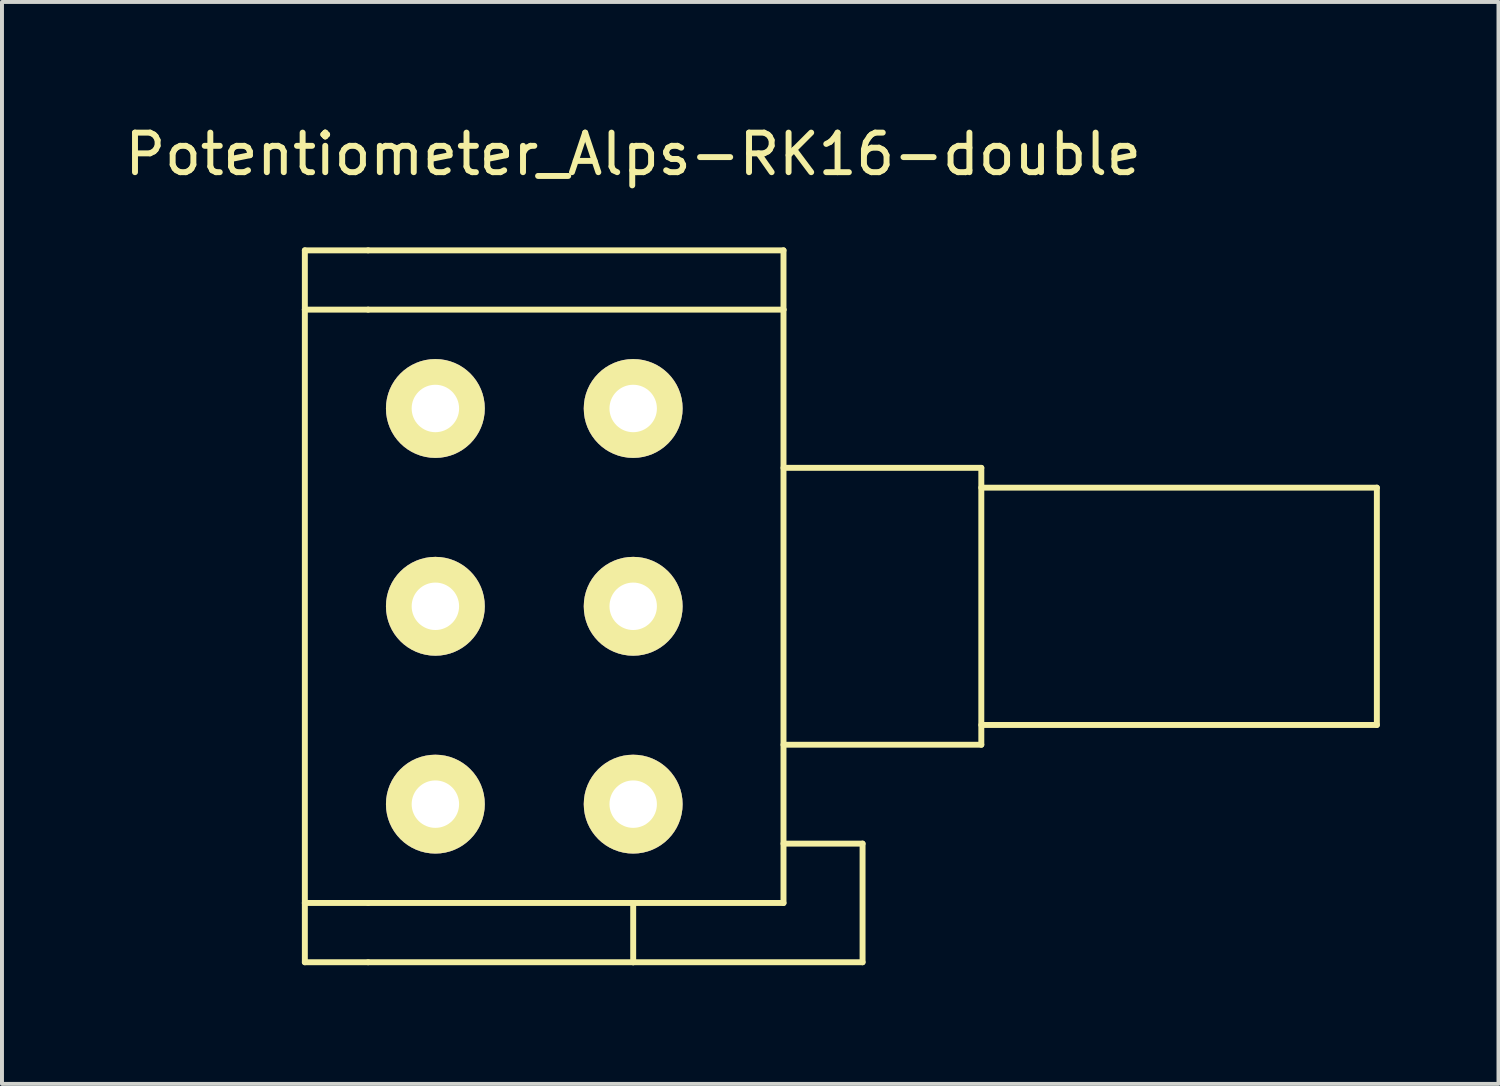
<source format=kicad_pcb>
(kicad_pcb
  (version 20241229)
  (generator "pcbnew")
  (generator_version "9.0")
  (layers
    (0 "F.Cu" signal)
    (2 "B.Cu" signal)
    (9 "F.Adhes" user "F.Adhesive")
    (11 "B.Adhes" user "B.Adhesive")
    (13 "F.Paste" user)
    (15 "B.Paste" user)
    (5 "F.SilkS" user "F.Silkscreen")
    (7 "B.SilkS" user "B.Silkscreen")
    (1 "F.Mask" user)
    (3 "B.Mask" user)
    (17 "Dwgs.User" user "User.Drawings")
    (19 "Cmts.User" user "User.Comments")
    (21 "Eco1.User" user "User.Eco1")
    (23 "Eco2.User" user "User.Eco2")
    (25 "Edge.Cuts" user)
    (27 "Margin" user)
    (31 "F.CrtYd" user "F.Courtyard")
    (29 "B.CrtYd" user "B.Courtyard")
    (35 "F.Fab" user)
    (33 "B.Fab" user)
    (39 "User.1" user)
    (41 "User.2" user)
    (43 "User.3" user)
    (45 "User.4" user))
  (footprint "Potentiometer_Alps-RK16-double"
    (layer "F.Cu")
    (at 12.958 7.277)
    (property "Reference" "Potentiometer_Alps-RK16-double" (at 0 -6.429 0) (layer "F.SilkS") (effects (font (size 1 1) (thickness 0.15))))
    (attr through_hole)
    (fp_line (start -8.301 -3.998) (end -8.301 -2.499) (stroke (width 0.15) (type solid)) (layer "F.SilkS"))
    (fp_line (start -8.301 -2.499) (end -8.301 12.502) (stroke (width 0.15) (type solid)) (layer "F.SilkS"))
    (fp_line (start -8.301 12.502) (end -6.701 12.502) (stroke (width 0.15) (type solid)) (layer "F.SilkS"))
    (fp_line (start -8.301 14) (end -8.301 12.502) (stroke (width 0.15) (type solid)) (layer "F.SilkS"))
    (fp_line (start -6.701 -3.998) (end -8.301 -3.998) (stroke (width 0.15) (type solid)) (layer "F.SilkS"))
    (fp_line (start -6.701 -2.499) (end -8.301 -2.499) (stroke (width 0.15) (type solid)) (layer "F.SilkS"))
    (fp_line (start -6.701 12.502) (end 3.8 12.502) (stroke (width 0.15) (type solid)) (layer "F.SilkS"))
    (fp_line (start -6.701 14) (end -8.301 14) (stroke (width 0.15) (type solid)) (layer "F.SilkS"))
    (fp_line (start 0 14) (end -6.701 14) (stroke (width 0.15) (type solid)) (layer "F.SilkS"))
    (fp_line (start 0 14) (end 0 12.502) (stroke (width 0.15) (type solid)) (layer "F.SilkS"))
    (fp_line (start 3.8 -3.998) (end -6.701 -3.998) (stroke (width 0.15) (type solid)) (layer "F.SilkS"))
    (fp_line (start 3.8 -2.499) (end -6.701 -2.499) (stroke (width 0.15) (type solid)) (layer "F.SilkS"))
    (fp_line (start 3.8 -2.499) (end 3.8 -3.998) (stroke (width 0.15) (type solid)) (layer "F.SilkS"))
    (fp_line (start 3.8 1.501) (end 8.801 1.501) (stroke (width 0.15) (type solid)) (layer "F.SilkS"))
    (fp_line (start 3.8 11.001) (end 5.799 11.001) (stroke (width 0.15) (type solid)) (layer "F.SilkS"))
    (fp_line (start 3.8 12.502) (end 3.8 -2.499) (stroke (width 0.15) (type solid)) (layer "F.SilkS"))
    (fp_line (start 5.799 11.001) (end 5.799 14) (stroke (width 0.15) (type solid)) (layer "F.SilkS"))
    (fp_line (start 5.799 14) (end 0 14) (stroke (width 0.15) (type solid)) (layer "F.SilkS"))
    (fp_line (start 8.801 1.501) (end 8.801 8.501) (stroke (width 0.15) (type solid)) (layer "F.SilkS"))
    (fp_line (start 8.801 2.002) (end 18.801 2.002) (stroke (width 0.15) (type solid)) (layer "F.SilkS"))
    (fp_line (start 8.801 8.501) (end 3.8 8.501) (stroke (width 0.15) (type solid)) (layer "F.SilkS"))
    (fp_line (start 18.801 2.002) (end 18.801 8.001) (stroke (width 0.15) (type solid)) (layer "F.SilkS"))
    (fp_line (start 18.801 8.001) (end 8.801 8.001) (stroke (width 0.15) (type solid)) (layer "F.SilkS"))
    (pad "1" thru_hole circle (at 0 0) (size 2.499 2.499) (drill 1.199) (layers "*.Cu" "*.Mask" "F.SilkS"))
    (pad "2" thru_hole circle (at 0 5.001) (size 2.499 2.499) (drill 1.199) (layers "*.Cu" "*.Mask" "F.SilkS"))
    (pad "3" thru_hole circle (at 0 10.003) (size 2.499 2.499) (drill 1.199) (layers "*.Cu" "*.Mask" "F.SilkS"))
    (pad "4" thru_hole circle (at -5.001 10.003) (size 2.499 2.499) (drill 1.199) (layers "*.Cu" "*.Mask" "F.SilkS"))
    (pad "5" thru_hole circle (at -5.001 5.001) (size 2.499 2.499) (drill 1.199) (layers "*.Cu" "*.Mask" "F.SilkS"))
    (pad "6" thru_hole circle (at -5.001 0) (size 2.499 2.499) (drill 1.199) (layers "*.Cu" "*.Mask" "F.SilkS")))
  (gr_rect
    (start -3 -3)
    (end 34.834 24.352)
    (stroke (width 0.1) (type default))
    (fill no)
    (layer "Edge.Cuts")))
</source>
